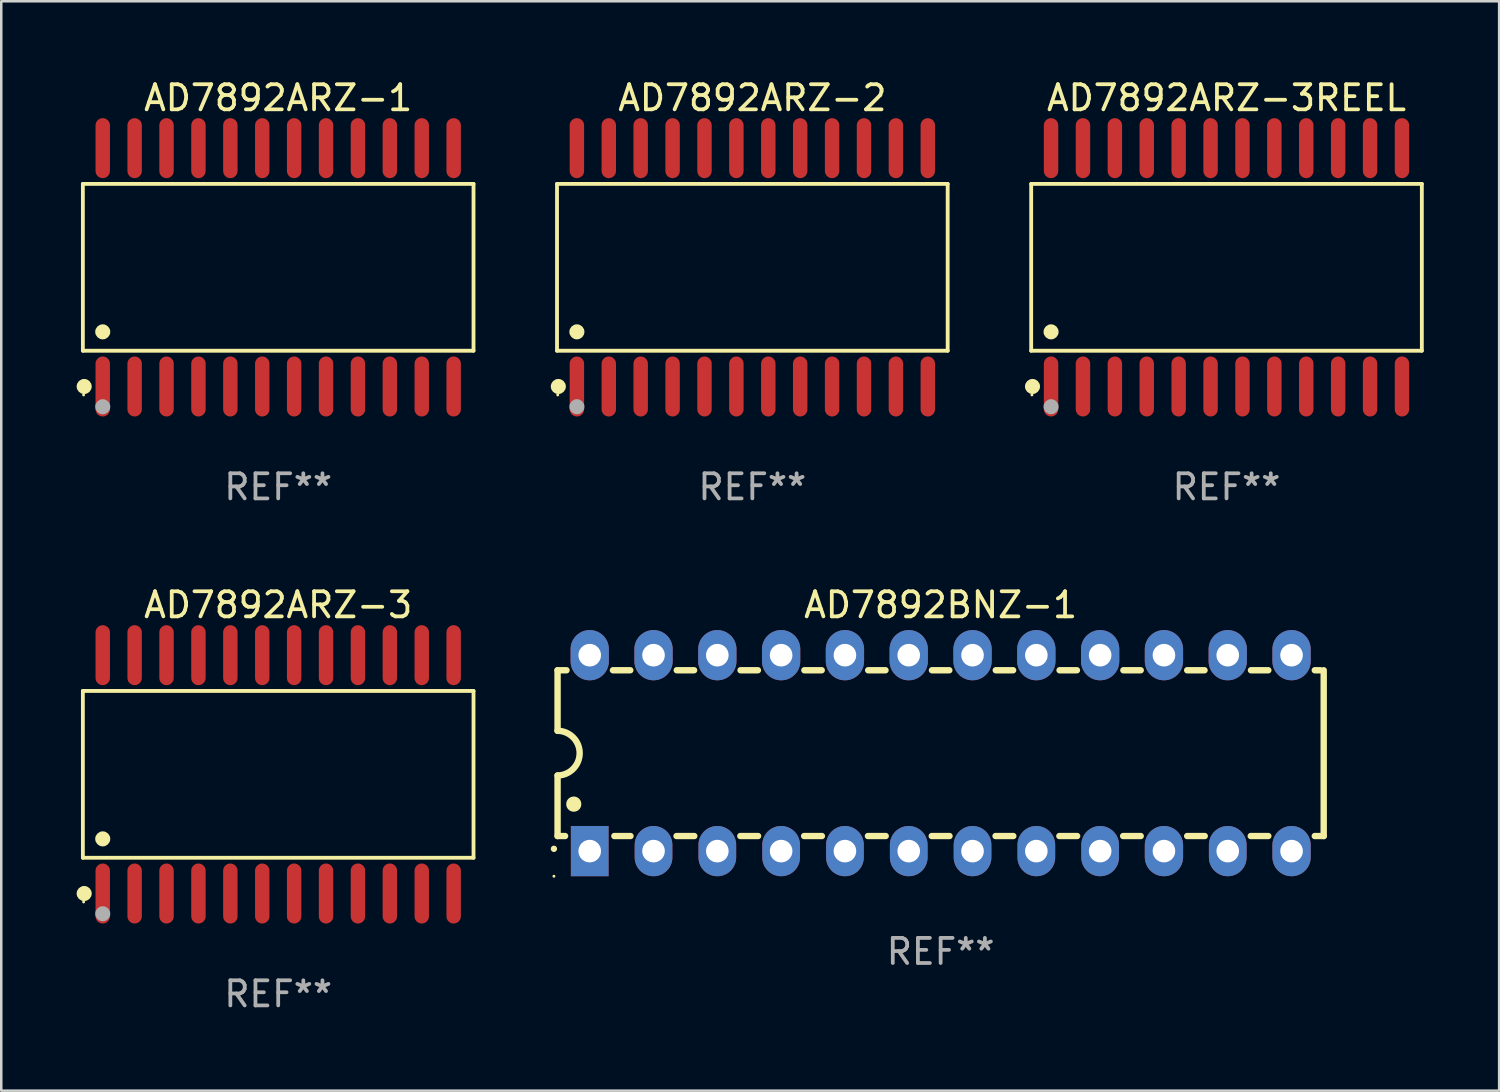
<source format=kicad_pcb>
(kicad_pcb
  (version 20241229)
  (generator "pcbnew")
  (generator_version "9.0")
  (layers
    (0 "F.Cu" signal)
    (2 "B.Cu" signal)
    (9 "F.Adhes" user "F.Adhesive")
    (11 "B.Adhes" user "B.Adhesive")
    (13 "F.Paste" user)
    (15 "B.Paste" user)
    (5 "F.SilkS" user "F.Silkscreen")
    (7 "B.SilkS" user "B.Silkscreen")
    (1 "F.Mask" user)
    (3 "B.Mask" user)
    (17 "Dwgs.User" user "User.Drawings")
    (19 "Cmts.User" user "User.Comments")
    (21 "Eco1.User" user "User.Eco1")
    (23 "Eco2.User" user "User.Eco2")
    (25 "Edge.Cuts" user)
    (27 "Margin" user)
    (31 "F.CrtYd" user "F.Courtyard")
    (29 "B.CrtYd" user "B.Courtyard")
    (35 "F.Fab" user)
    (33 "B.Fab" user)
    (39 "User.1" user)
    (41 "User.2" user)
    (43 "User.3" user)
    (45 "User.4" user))
  (footprint "AD7892ARZ-1"
    (layer "F.Cu")
    (at 8.025 7.592)
    (property "Reference" "AD7892ARZ-1" (at 0 -6.744 0) (layer "F.SilkS") (effects (font (size 1 1) (thickness 0.15))))
    (attr through_hole)
    (fp_line (start -7.776 -3.321) (end 7.776 -3.321) (stroke (width 0.152) (type solid)) (layer "F.SilkS"))
    (fp_line (start -7.776 3.321) (end -7.776 -3.321) (stroke (width 0.152) (type solid)) (layer "F.SilkS"))
    (fp_line (start 7.776 -3.321) (end 7.776 3.321) (stroke (width 0.152) (type solid)) (layer "F.SilkS"))
    (fp_line (start 7.776 3.321) (end -7.776 3.321) (stroke (width 0.152) (type solid)) (layer "F.SilkS"))
    (fp_circle (center -7.747 5.08) (end -7.717 5.08) (stroke (width 0.06) (type solid)) (fill no) (layer "F.SilkS"))
    (fp_circle (center -7.724 4.744) (end -7.574 4.744) (stroke (width 0.3) (type solid)) (fill no) (layer "F.SilkS"))
    (fp_circle (center -6.985 2.569) (end -6.835 2.569) (stroke (width 0.3) (type solid)) (fill no) (layer "F.SilkS"))
    (fp_circle (center -6.985 5.55) (end -6.835 5.55) (stroke (width 0.3) (type solid)) (fill no) (layer "F.Fab"))
    (fp_text user "REF**" (at 0 8.744 0) (layer "F.Fab") (effects (font (size 1 1) (thickness 0.15))))
    (pad "1" smd oval (at -6.985 4.744) (size 0.574 2.388) (layers "F.Cu" "F.Mask" "F.Paste"))
    (pad "2" smd oval (at -5.715 4.744) (size 0.574 2.388) (layers "F.Cu" "F.Mask" "F.Paste"))
    (pad "3" smd oval (at -4.445 4.744) (size 0.574 2.388) (layers "F.Cu" "F.Mask" "F.Paste"))
    (pad "4" smd oval (at -3.175 4.744) (size 0.574 2.388) (layers "F.Cu" "F.Mask" "F.Paste"))
    (pad "5" smd oval (at -1.905 4.744) (size 0.574 2.388) (layers "F.Cu" "F.Mask" "F.Paste"))
    (pad "6" smd oval (at -0.635 4.744) (size 0.574 2.388) (layers "F.Cu" "F.Mask" "F.Paste"))
    (pad "7" smd oval (at 0.635 4.744) (size 0.574 2.388) (layers "F.Cu" "F.Mask" "F.Paste"))
    (pad "8" smd oval (at 1.905 4.744) (size 0.574 2.388) (layers "F.Cu" "F.Mask" "F.Paste"))
    (pad "9" smd oval (at 3.175 4.744) (size 0.574 2.388) (layers "F.Cu" "F.Mask" "F.Paste"))
    (pad "10" smd oval (at 4.445 4.744) (size 0.574 2.388) (layers "F.Cu" "F.Mask" "F.Paste"))
    (pad "11" smd oval (at 5.715 4.744) (size 0.574 2.388) (layers "F.Cu" "F.Mask" "F.Paste"))
    (pad "12" smd oval (at 6.985 4.744) (size 0.574 2.388) (layers "F.Cu" "F.Mask" "F.Paste"))
    (pad "13" smd oval (at 6.985 -4.744) (size 0.574 2.388) (layers "F.Cu" "F.Mask" "F.Paste"))
    (pad "14" smd oval (at 5.715 -4.744) (size 0.574 2.388) (layers "F.Cu" "F.Mask" "F.Paste"))
    (pad "15" smd oval (at 4.445 -4.744) (size 0.574 2.388) (layers "F.Cu" "F.Mask" "F.Paste"))
    (pad "16" smd oval (at 3.175 -4.744) (size 0.574 2.388) (layers "F.Cu" "F.Mask" "F.Paste"))
    (pad "17" smd oval (at 1.905 -4.744) (size 0.574 2.388) (layers "F.Cu" "F.Mask" "F.Paste"))
    (pad "18" smd oval (at 0.635 -4.744) (size 0.574 2.388) (layers "F.Cu" "F.Mask" "F.Paste"))
    (pad "19" smd oval (at -0.635 -4.744) (size 0.574 2.388) (layers "F.Cu" "F.Mask" "F.Paste"))
    (pad "20" smd oval (at -1.905 -4.744) (size 0.574 2.388) (layers "F.Cu" "F.Mask" "F.Paste"))
    (pad "21" smd oval (at -3.175 -4.744) (size 0.574 2.388) (layers "F.Cu" "F.Mask" "F.Paste"))
    (pad "22" smd oval (at -4.445 -4.744) (size 0.574 2.388) (layers "F.Cu" "F.Mask" "F.Paste"))
    (pad "23" smd oval (at -5.715 -4.744) (size 0.574 2.388) (layers "F.Cu" "F.Mask" "F.Paste"))
    (pad "24" smd oval (at -6.985 -4.744) (size 0.574 2.388) (layers "F.Cu" "F.Mask" "F.Paste")))
  (footprint "AD7892BNZ-1"
    (layer "F.Cu")
    (at 34.397 26.933)
    (property "Reference" "AD7892BNZ-1" (at 0 -5.9 0) (layer "F.SilkS") (effects (font (size 1 1) (thickness 0.15))))
    (attr through_hole)
    (fp_line (start -15.25 -3.3) (end -15.25 -0.889) (stroke (width 0.254) (type solid)) (layer "F.SilkS"))
    (fp_line (start -15.25 -3.3) (end -14.895 -3.3) (stroke (width 0.254) (type solid)) (layer "F.SilkS"))
    (fp_line (start -15.25 3.3) (end -15.25 0.889) (stroke (width 0.254) (type solid)) (layer "F.SilkS"))
    (fp_line (start -15.25 3.3) (end -14.951 3.3) (stroke (width 0.254) (type solid)) (layer "F.SilkS"))
    (fp_line (start -13.045 -3.3) (end -12.355 -3.3) (stroke (width 0.254) (type solid)) (layer "F.SilkS"))
    (fp_line (start -12.989 3.3) (end -12.347 3.3) (stroke (width 0.254) (type solid)) (layer "F.SilkS"))
    (fp_line (start -10.514 3.3) (end -9.807 3.3) (stroke (width 0.254) (type solid)) (layer "F.SilkS"))
    (fp_line (start -10.505 -3.3) (end -9.815 -3.3) (stroke (width 0.254) (type solid)) (layer "F.SilkS"))
    (fp_line (start -7.974 3.3) (end -7.267 3.3) (stroke (width 0.254) (type solid)) (layer "F.SilkS"))
    (fp_line (start -7.965 -3.3) (end -7.275 -3.3) (stroke (width 0.254) (type solid)) (layer "F.SilkS"))
    (fp_line (start -5.434 3.3) (end -4.727 3.3) (stroke (width 0.254) (type solid)) (layer "F.SilkS"))
    (fp_line (start -5.425 -3.3) (end -4.735 -3.3) (stroke (width 0.254) (type solid)) (layer "F.SilkS"))
    (fp_line (start -2.894 3.3) (end -2.187 3.3) (stroke (width 0.254) (type solid)) (layer "F.SilkS"))
    (fp_line (start -2.885 -3.3) (end -2.195 -3.3) (stroke (width 0.254) (type solid)) (layer "F.SilkS"))
    (fp_line (start -0.354 3.3) (end 0.353 3.3) (stroke (width 0.254) (type solid)) (layer "F.SilkS"))
    (fp_line (start -0.345 -3.3) (end 0.345 -3.3) (stroke (width 0.254) (type solid)) (layer "F.SilkS"))
    (fp_line (start 2.186 3.3) (end 2.893 3.3) (stroke (width 0.254) (type solid)) (layer "F.SilkS"))
    (fp_line (start 2.195 -3.3) (end 2.885 -3.3) (stroke (width 0.254) (type solid)) (layer "F.SilkS"))
    (fp_line (start 4.726 3.3) (end 5.434 3.3) (stroke (width 0.254) (type solid)) (layer "F.SilkS"))
    (fp_line (start 4.735 -3.3) (end 5.425 -3.3) (stroke (width 0.254) (type solid)) (layer "F.SilkS"))
    (fp_line (start 7.266 3.3) (end 7.965 3.3) (stroke (width 0.254) (type solid)) (layer "F.SilkS"))
    (fp_line (start 7.275 -3.3) (end 7.965 -3.3) (stroke (width 0.254) (type solid)) (layer "F.SilkS"))
    (fp_line (start 9.815 -3.3) (end 10.505 -3.3) (stroke (width 0.254) (type solid)) (layer "F.SilkS"))
    (fp_line (start 9.815 3.3) (end 10.514 3.3) (stroke (width 0.254) (type solid)) (layer "F.SilkS"))
    (fp_line (start 12.346 3.3) (end 13.045 3.3) (stroke (width 0.254) (type solid)) (layer "F.SilkS"))
    (fp_line (start 12.355 -3.3) (end 13.045 -3.3) (stroke (width 0.254) (type solid)) (layer "F.SilkS"))
    (fp_line (start 14.895 -3.3) (end 15.113 -3.3) (stroke (width 0.254) (type solid)) (layer "F.SilkS"))
    (fp_line (start 14.895 3.3) (end 15.25 3.3) (stroke (width 0.254) (type solid)) (layer "F.SilkS"))
    (fp_line (start 15.25 -3.3) (end 15.25 3.3) (stroke (width 0.254) (type solid)) (layer "F.SilkS"))
    (fp_arc (start -15.394971 3.810033) (mid -15.394978 3.808763) (end -15.394971 3.807493) (stroke (width 0.25) (type solid)) (layer "F.SilkS"))
    (fp_arc (start -15.251053 -0.890146) (mid -14.361467 -0.001067) (end -15.250038 0.889027) (stroke (width 0.254001) (type solid)) (layer "F.SilkS"))
    (fp_arc (start -14.605029 2.032029) (mid -14.60504 2.029489) (end -14.605029 2.026949) (stroke (width 0.6) (type solid)) (layer "F.SilkS"))
    (fp_circle (center -15.395 4.9) (end -15.365 4.9) (stroke (width 0.06) (type solid)) (fill no) (layer "F.SilkS"))
    (fp_text user "REF**" (at 0 7.9 0) (layer "F.Fab") (effects (font (size 1 1) (thickness 0.15))))
    (pad "1" thru_hole rect (at -13.97 3.9 90) (size 2 1.5) (drill 0.9) (layers "*.Cu" "*.Mask"))
    (pad "2" thru_hole oval (at -11.43 3.9 90) (size 2 1.5) (drill 0.9) (layers "*.Cu" "*.Mask"))
    (pad "3" thru_hole oval (at -8.89 3.9 90) (size 2 1.5) (drill 0.9) (layers "*.Cu" "*.Mask"))
    (pad "4" thru_hole oval (at -6.35 3.9 90) (size 2 1.5) (drill 0.9) (layers "*.Cu" "*.Mask"))
    (pad "5" thru_hole oval (at -3.81 3.9 90) (size 2 1.5) (drill 0.9) (layers "*.Cu" "*.Mask"))
    (pad "6" thru_hole oval (at -1.27 3.9 90) (size 2 1.5) (drill 0.9) (layers "*.Cu" "*.Mask"))
    (pad "7" thru_hole oval (at 1.27 3.9 90) (size 2 1.5) (drill 0.9) (layers "*.Cu" "*.Mask"))
    (pad "8" thru_hole oval (at 3.81 3.9 90) (size 2 1.5) (drill 0.9) (layers "*.Cu" "*.Mask"))
    (pad "9" thru_hole oval (at 6.35 3.9 90) (size 2 1.5) (drill 0.9) (layers "*.Cu" "*.Mask"))
    (pad "10" thru_hole oval (at 8.89 3.9 90) (size 2 1.524) (drill 0.9) (layers "*.Cu" "*.Mask"))
    (pad "11" thru_hole oval (at 11.43 3.9 90) (size 2 1.5) (drill 0.9) (layers "*.Cu" "*.Mask"))
    (pad "12" thru_hole oval (at 13.97 3.9 90) (size 2 1.524) (drill 0.9) (layers "*.Cu" "*.Mask"))
    (pad "13" thru_hole oval (at 13.97 -3.9 90) (size 2 1.524) (drill 0.9) (layers "*.Cu" "*.Mask"))
    (pad "14" thru_hole oval (at 11.43 -3.9 90) (size 2 1.524) (drill 0.9) (layers "*.Cu" "*.Mask"))
    (pad "15" thru_hole oval (at 8.89 -3.9 90) (size 2 1.524) (drill 0.9) (layers "*.Cu" "*.Mask"))
    (pad "16" thru_hole oval (at 6.35 -3.9 90) (size 2 1.524) (drill 0.9) (layers "*.Cu" "*.Mask"))
    (pad "17" thru_hole oval (at 3.81 -3.9 90) (size 2 1.524) (drill 0.9) (layers "*.Cu" "*.Mask"))
    (pad "18" thru_hole oval (at 1.27 -3.9 90) (size 2 1.524) (drill 0.9) (layers "*.Cu" "*.Mask"))
    (pad "19" thru_hole oval (at -1.27 -3.9 90) (size 2 1.524) (drill 0.9) (layers "*.Cu" "*.Mask"))
    (pad "20" thru_hole oval (at -3.81 -3.9 90) (size 2 1.524) (drill 0.9) (layers "*.Cu" "*.Mask"))
    (pad "21" thru_hole oval (at -6.35 -3.9 90) (size 2 1.524) (drill 0.9) (layers "*.Cu" "*.Mask"))
    (pad "22" thru_hole oval (at -8.89 -3.9 90) (size 2 1.524) (drill 0.9) (layers "*.Cu" "*.Mask"))
    (pad "23" thru_hole oval (at -11.43 -3.9 90) (size 2 1.524) (drill 0.9) (layers "*.Cu" "*.Mask"))
    (pad "24" thru_hole oval (at -13.97 -3.9 90) (size 2 1.524) (drill 0.9) (layers "*.Cu" "*.Mask")))
  (footprint "AD7892ARZ-3REEL"
    (layer "F.Cu")
    (at 45.778 7.592)
    (property "Reference" "AD7892ARZ-3REEL" (at 0 -6.744 0) (layer "F.SilkS") (effects (font (size 1 1) (thickness 0.15))))
    (attr through_hole)
    (fp_line (start -7.776 -3.321) (end 7.776 -3.321) (stroke (width 0.152) (type solid)) (layer "F.SilkS"))
    (fp_line (start -7.776 3.321) (end -7.776 -3.321) (stroke (width 0.152) (type solid)) (layer "F.SilkS"))
    (fp_line (start 7.776 -3.321) (end 7.776 3.321) (stroke (width 0.152) (type solid)) (layer "F.SilkS"))
    (fp_line (start 7.776 3.321) (end -7.776 3.321) (stroke (width 0.152) (type solid)) (layer "F.SilkS"))
    (fp_circle (center -7.747 5.08) (end -7.717 5.08) (stroke (width 0.06) (type solid)) (fill no) (layer "F.SilkS"))
    (fp_circle (center -7.724 4.744) (end -7.574 4.744) (stroke (width 0.3) (type solid)) (fill no) (layer "F.SilkS"))
    (fp_circle (center -6.985 2.569) (end -6.835 2.569) (stroke (width 0.3) (type solid)) (fill no) (layer "F.SilkS"))
    (fp_circle (center -6.985 5.55) (end -6.835 5.55) (stroke (width 0.3) (type solid)) (fill no) (layer "F.Fab"))
    (fp_text user "REF**" (at 0 8.744 0) (layer "F.Fab") (effects (font (size 1 1) (thickness 0.15))))
    (pad "1" smd oval (at -6.985 4.744) (size 0.574 2.388) (layers "F.Cu" "F.Mask" "F.Paste"))
    (pad "2" smd oval (at -5.715 4.744) (size 0.574 2.388) (layers "F.Cu" "F.Mask" "F.Paste"))
    (pad "3" smd oval (at -4.445 4.744) (size 0.574 2.388) (layers "F.Cu" "F.Mask" "F.Paste"))
    (pad "4" smd oval (at -3.175 4.744) (size 0.574 2.388) (layers "F.Cu" "F.Mask" "F.Paste"))
    (pad "5" smd oval (at -1.905 4.744) (size 0.574 2.388) (layers "F.Cu" "F.Mask" "F.Paste"))
    (pad "6" smd oval (at -0.635 4.744) (size 0.574 2.388) (layers "F.Cu" "F.Mask" "F.Paste"))
    (pad "7" smd oval (at 0.635 4.744) (size 0.574 2.388) (layers "F.Cu" "F.Mask" "F.Paste"))
    (pad "8" smd oval (at 1.905 4.744) (size 0.574 2.388) (layers "F.Cu" "F.Mask" "F.Paste"))
    (pad "9" smd oval (at 3.175 4.744) (size 0.574 2.388) (layers "F.Cu" "F.Mask" "F.Paste"))
    (pad "10" smd oval (at 4.445 4.744) (size 0.574 2.388) (layers "F.Cu" "F.Mask" "F.Paste"))
    (pad "11" smd oval (at 5.715 4.744) (size 0.574 2.388) (layers "F.Cu" "F.Mask" "F.Paste"))
    (pad "12" smd oval (at 6.985 4.744) (size 0.574 2.388) (layers "F.Cu" "F.Mask" "F.Paste"))
    (pad "13" smd oval (at 6.985 -4.744) (size 0.574 2.388) (layers "F.Cu" "F.Mask" "F.Paste"))
    (pad "14" smd oval (at 5.715 -4.744) (size 0.574 2.388) (layers "F.Cu" "F.Mask" "F.Paste"))
    (pad "15" smd oval (at 4.445 -4.744) (size 0.574 2.388) (layers "F.Cu" "F.Mask" "F.Paste"))
    (pad "16" smd oval (at 3.175 -4.744) (size 0.574 2.388) (layers "F.Cu" "F.Mask" "F.Paste"))
    (pad "17" smd oval (at 1.905 -4.744) (size 0.574 2.388) (layers "F.Cu" "F.Mask" "F.Paste"))
    (pad "18" smd oval (at 0.635 -4.744) (size 0.574 2.388) (layers "F.Cu" "F.Mask" "F.Paste"))
    (pad "19" smd oval (at -0.635 -4.744) (size 0.574 2.388) (layers "F.Cu" "F.Mask" "F.Paste"))
    (pad "20" smd oval (at -1.905 -4.744) (size 0.574 2.388) (layers "F.Cu" "F.Mask" "F.Paste"))
    (pad "21" smd oval (at -3.175 -4.744) (size 0.574 2.388) (layers "F.Cu" "F.Mask" "F.Paste"))
    (pad "22" smd oval (at -4.445 -4.744) (size 0.574 2.388) (layers "F.Cu" "F.Mask" "F.Paste"))
    (pad "23" smd oval (at -5.715 -4.744) (size 0.574 2.388) (layers "F.Cu" "F.Mask" "F.Paste"))
    (pad "24" smd oval (at -6.985 -4.744) (size 0.574 2.388) (layers "F.Cu" "F.Mask" "F.Paste")))
  (footprint "AD7892ARZ-2"
    (layer "F.Cu")
    (at 26.901 7.592)
    (property "Reference" "AD7892ARZ-2" (at 0 -6.744 0) (layer "F.SilkS") (effects (font (size 1 1) (thickness 0.15))))
    (attr through_hole)
    (fp_line (start -7.776 -3.321) (end 7.776 -3.321) (stroke (width 0.152) (type solid)) (layer "F.SilkS"))
    (fp_line (start -7.776 3.321) (end -7.776 -3.321) (stroke (width 0.152) (type solid)) (layer "F.SilkS"))
    (fp_line (start 7.776 -3.321) (end 7.776 3.321) (stroke (width 0.152) (type solid)) (layer "F.SilkS"))
    (fp_line (start 7.776 3.321) (end -7.776 3.321) (stroke (width 0.152) (type solid)) (layer "F.SilkS"))
    (fp_circle (center -7.747 5.08) (end -7.717 5.08) (stroke (width 0.06) (type solid)) (fill no) (layer "F.SilkS"))
    (fp_circle (center -7.724 4.744) (end -7.574 4.744) (stroke (width 0.3) (type solid)) (fill no) (layer "F.SilkS"))
    (fp_circle (center -6.985 2.569) (end -6.835 2.569) (stroke (width 0.3) (type solid)) (fill no) (layer "F.SilkS"))
    (fp_circle (center -6.985 5.55) (end -6.835 5.55) (stroke (width 0.3) (type solid)) (fill no) (layer "F.Fab"))
    (fp_text user "REF**" (at 0 8.744 0) (layer "F.Fab") (effects (font (size 1 1) (thickness 0.15))))
    (pad "1" smd oval (at -6.985 4.744) (size 0.574 2.388) (layers "F.Cu" "F.Mask" "F.Paste"))
    (pad "2" smd oval (at -5.715 4.744) (size 0.574 2.388) (layers "F.Cu" "F.Mask" "F.Paste"))
    (pad "3" smd oval (at -4.445 4.744) (size 0.574 2.388) (layers "F.Cu" "F.Mask" "F.Paste"))
    (pad "4" smd oval (at -3.175 4.744) (size 0.574 2.388) (layers "F.Cu" "F.Mask" "F.Paste"))
    (pad "5" smd oval (at -1.905 4.744) (size 0.574 2.388) (layers "F.Cu" "F.Mask" "F.Paste"))
    (pad "6" smd oval (at -0.635 4.744) (size 0.574 2.388) (layers "F.Cu" "F.Mask" "F.Paste"))
    (pad "7" smd oval (at 0.635 4.744) (size 0.574 2.388) (layers "F.Cu" "F.Mask" "F.Paste"))
    (pad "8" smd oval (at 1.905 4.744) (size 0.574 2.388) (layers "F.Cu" "F.Mask" "F.Paste"))
    (pad "9" smd oval (at 3.175 4.744) (size 0.574 2.388) (layers "F.Cu" "F.Mask" "F.Paste"))
    (pad "10" smd oval (at 4.445 4.744) (size 0.574 2.388) (layers "F.Cu" "F.Mask" "F.Paste"))
    (pad "11" smd oval (at 5.715 4.744) (size 0.574 2.388) (layers "F.Cu" "F.Mask" "F.Paste"))
    (pad "12" smd oval (at 6.985 4.744) (size 0.574 2.388) (layers "F.Cu" "F.Mask" "F.Paste"))
    (pad "13" smd oval (at 6.985 -4.744) (size 0.574 2.388) (layers "F.Cu" "F.Mask" "F.Paste"))
    (pad "14" smd oval (at 5.715 -4.744) (size 0.574 2.388) (layers "F.Cu" "F.Mask" "F.Paste"))
    (pad "15" smd oval (at 4.445 -4.744) (size 0.574 2.388) (layers "F.Cu" "F.Mask" "F.Paste"))
    (pad "16" smd oval (at 3.175 -4.744) (size 0.574 2.388) (layers "F.Cu" "F.Mask" "F.Paste"))
    (pad "17" smd oval (at 1.905 -4.744) (size 0.574 2.388) (layers "F.Cu" "F.Mask" "F.Paste"))
    (pad "18" smd oval (at 0.635 -4.744) (size 0.574 2.388) (layers "F.Cu" "F.Mask" "F.Paste"))
    (pad "19" smd oval (at -0.635 -4.744) (size 0.574 2.388) (layers "F.Cu" "F.Mask" "F.Paste"))
    (pad "20" smd oval (at -1.905 -4.744) (size 0.574 2.388) (layers "F.Cu" "F.Mask" "F.Paste"))
    (pad "21" smd oval (at -3.175 -4.744) (size 0.574 2.388) (layers "F.Cu" "F.Mask" "F.Paste"))
    (pad "22" smd oval (at -4.445 -4.744) (size 0.574 2.388) (layers "F.Cu" "F.Mask" "F.Paste"))
    (pad "23" smd oval (at -5.715 -4.744) (size 0.574 2.388) (layers "F.Cu" "F.Mask" "F.Paste"))
    (pad "24" smd oval (at -6.985 -4.744) (size 0.574 2.388) (layers "F.Cu" "F.Mask" "F.Paste")))
  (footprint "AD7892ARZ-3"
    (layer "F.Cu")
    (at 8.025 27.777)
    (property "Reference" "AD7892ARZ-3" (at 0 -6.744 0) (layer "F.SilkS") (effects (font (size 1 1) (thickness 0.15))))
    (attr through_hole)
    (fp_line (start -7.776 -3.321) (end 7.776 -3.321) (stroke (width 0.152) (type solid)) (layer "F.SilkS"))
    (fp_line (start -7.776 3.321) (end -7.776 -3.321) (stroke (width 0.152) (type solid)) (layer "F.SilkS"))
    (fp_line (start 7.776 -3.321) (end 7.776 3.321) (stroke (width 0.152) (type solid)) (layer "F.SilkS"))
    (fp_line (start 7.776 3.321) (end -7.776 3.321) (stroke (width 0.152) (type solid)) (layer "F.SilkS"))
    (fp_circle (center -7.747 5.08) (end -7.717 5.08) (stroke (width 0.06) (type solid)) (fill no) (layer "F.SilkS"))
    (fp_circle (center -7.724 4.744) (end -7.574 4.744) (stroke (width 0.3) (type solid)) (fill no) (layer "F.SilkS"))
    (fp_circle (center -6.985 2.569) (end -6.835 2.569) (stroke (width 0.3) (type solid)) (fill no) (layer "F.SilkS"))
    (fp_circle (center -6.985 5.55) (end -6.835 5.55) (stroke (width 0.3) (type solid)) (fill no) (layer "F.Fab"))
    (fp_text user "REF**" (at 0 8.744 0) (layer "F.Fab") (effects (font (size 1 1) (thickness 0.15))))
    (pad "1" smd oval (at -6.985 4.744) (size 0.574 2.388) (layers "F.Cu" "F.Mask" "F.Paste"))
    (pad "2" smd oval (at -5.715 4.744) (size 0.574 2.388) (layers "F.Cu" "F.Mask" "F.Paste"))
    (pad "3" smd oval (at -4.445 4.744) (size 0.574 2.388) (layers "F.Cu" "F.Mask" "F.Paste"))
    (pad "4" smd oval (at -3.175 4.744) (size 0.574 2.388) (layers "F.Cu" "F.Mask" "F.Paste"))
    (pad "5" smd oval (at -1.905 4.744) (size 0.574 2.388) (layers "F.Cu" "F.Mask" "F.Paste"))
    (pad "6" smd oval (at -0.635 4.744) (size 0.574 2.388) (layers "F.Cu" "F.Mask" "F.Paste"))
    (pad "7" smd oval (at 0.635 4.744) (size 0.574 2.388) (layers "F.Cu" "F.Mask" "F.Paste"))
    (pad "8" smd oval (at 1.905 4.744) (size 0.574 2.388) (layers "F.Cu" "F.Mask" "F.Paste"))
    (pad "9" smd oval (at 3.175 4.744) (size 0.574 2.388) (layers "F.Cu" "F.Mask" "F.Paste"))
    (pad "10" smd oval (at 4.445 4.744) (size 0.574 2.388) (layers "F.Cu" "F.Mask" "F.Paste"))
    (pad "11" smd oval (at 5.715 4.744) (size 0.574 2.388) (layers "F.Cu" "F.Mask" "F.Paste"))
    (pad "12" smd oval (at 6.985 4.744) (size 0.574 2.388) (layers "F.Cu" "F.Mask" "F.Paste"))
    (pad "13" smd oval (at 6.985 -4.744) (size 0.574 2.388) (layers "F.Cu" "F.Mask" "F.Paste"))
    (pad "14" smd oval (at 5.715 -4.744) (size 0.574 2.388) (layers "F.Cu" "F.Mask" "F.Paste"))
    (pad "15" smd oval (at 4.445 -4.744) (size 0.574 2.388) (layers "F.Cu" "F.Mask" "F.Paste"))
    (pad "16" smd oval (at 3.175 -4.744) (size 0.574 2.388) (layers "F.Cu" "F.Mask" "F.Paste"))
    (pad "17" smd oval (at 1.905 -4.744) (size 0.574 2.388) (layers "F.Cu" "F.Mask" "F.Paste"))
    (pad "18" smd oval (at 0.635 -4.744) (size 0.574 2.388) (layers "F.Cu" "F.Mask" "F.Paste"))
    (pad "19" smd oval (at -0.635 -4.744) (size 0.574 2.388) (layers "F.Cu" "F.Mask" "F.Paste"))
    (pad "20" smd oval (at -1.905 -4.744) (size 0.574 2.388) (layers "F.Cu" "F.Mask" "F.Paste"))
    (pad "21" smd oval (at -3.175 -4.744) (size 0.574 2.388) (layers "F.Cu" "F.Mask" "F.Paste"))
    (pad "22" smd oval (at -4.445 -4.744) (size 0.574 2.388) (layers "F.Cu" "F.Mask" "F.Paste"))
    (pad "23" smd oval (at -5.715 -4.744) (size 0.574 2.388) (layers "F.Cu" "F.Mask" "F.Paste"))
    (pad "24" smd oval (at -6.985 -4.744) (size 0.574 2.388) (layers "F.Cu" "F.Mask" "F.Paste")))
  (gr_rect
    (start -3 -3)
    (end 56.631 40.369)
    (stroke (width 0.1) (type default))
    (fill no)
    (layer "Edge.Cuts")))
</source>
